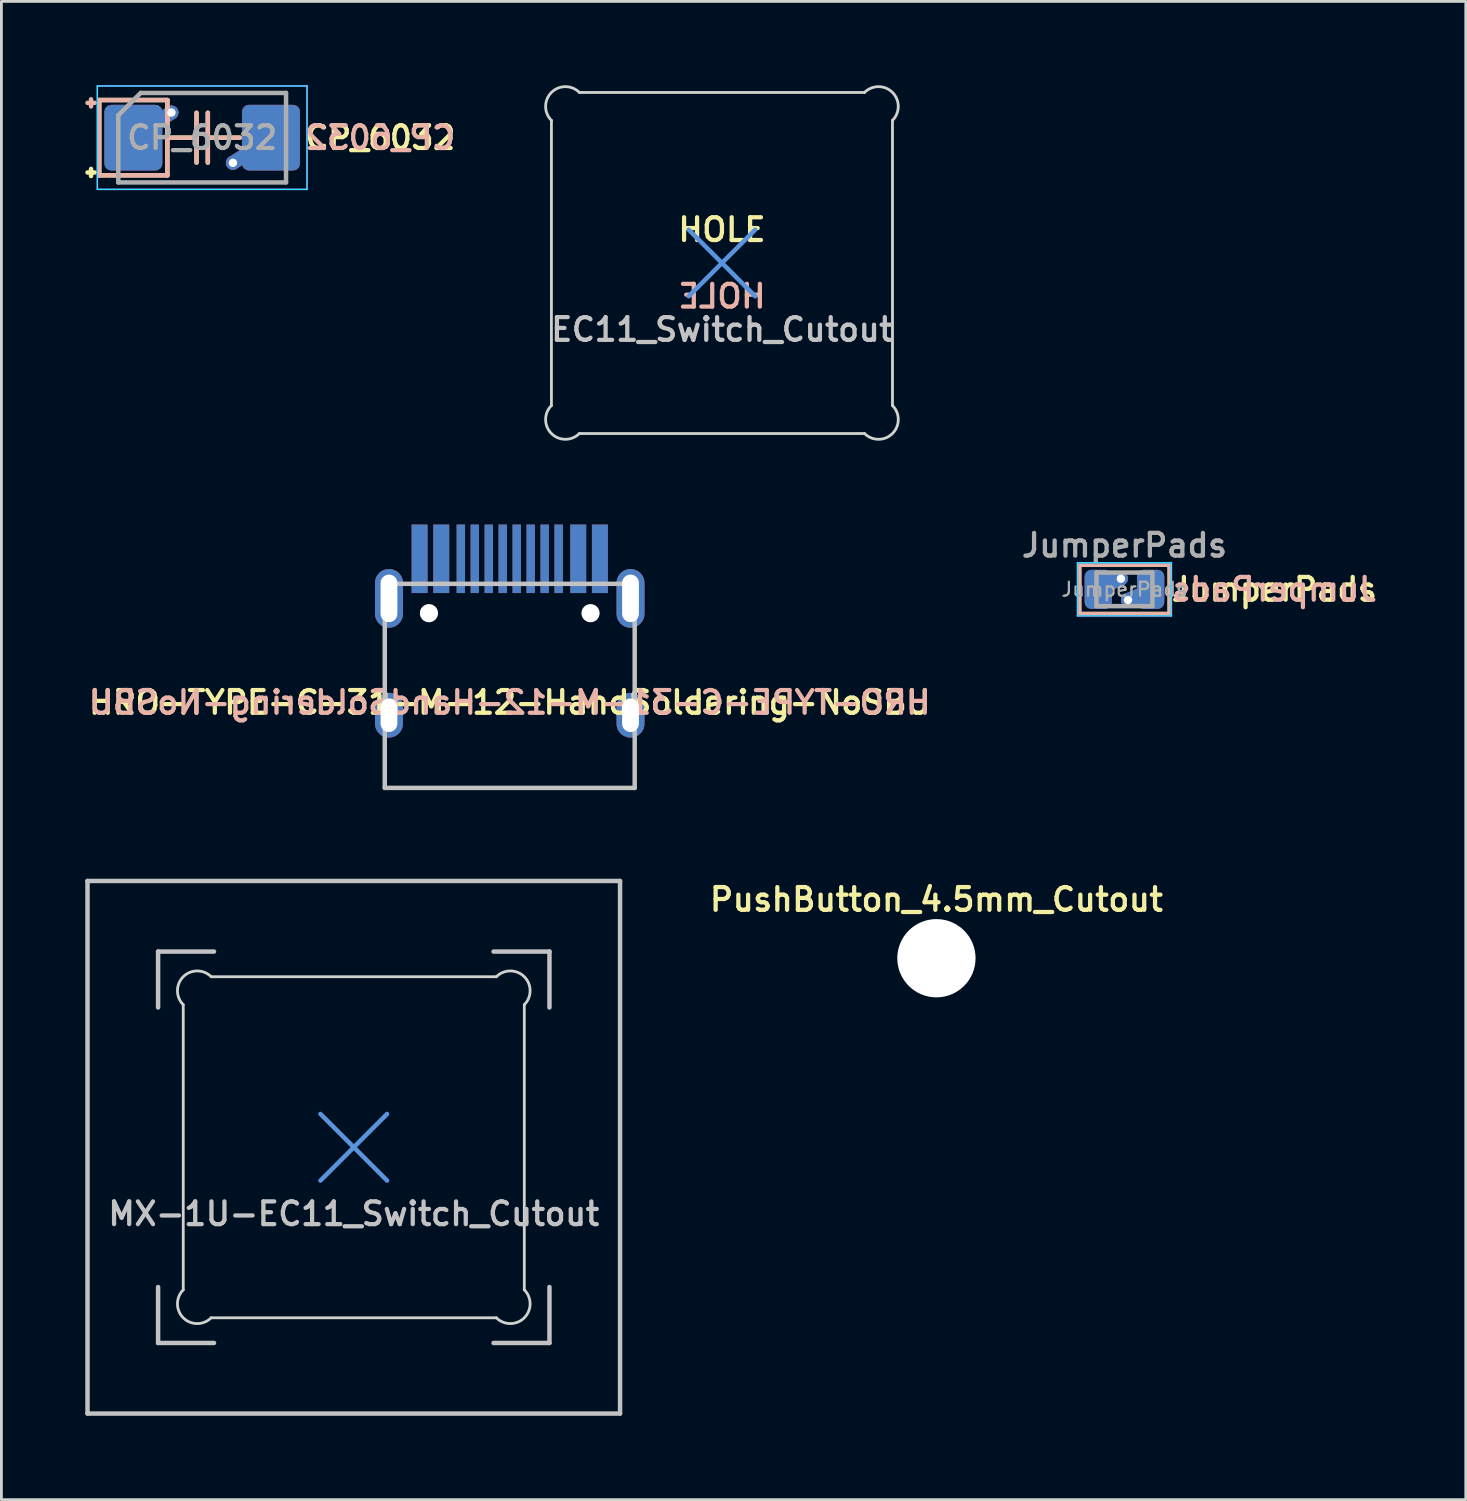
<source format=kicad_pcb>
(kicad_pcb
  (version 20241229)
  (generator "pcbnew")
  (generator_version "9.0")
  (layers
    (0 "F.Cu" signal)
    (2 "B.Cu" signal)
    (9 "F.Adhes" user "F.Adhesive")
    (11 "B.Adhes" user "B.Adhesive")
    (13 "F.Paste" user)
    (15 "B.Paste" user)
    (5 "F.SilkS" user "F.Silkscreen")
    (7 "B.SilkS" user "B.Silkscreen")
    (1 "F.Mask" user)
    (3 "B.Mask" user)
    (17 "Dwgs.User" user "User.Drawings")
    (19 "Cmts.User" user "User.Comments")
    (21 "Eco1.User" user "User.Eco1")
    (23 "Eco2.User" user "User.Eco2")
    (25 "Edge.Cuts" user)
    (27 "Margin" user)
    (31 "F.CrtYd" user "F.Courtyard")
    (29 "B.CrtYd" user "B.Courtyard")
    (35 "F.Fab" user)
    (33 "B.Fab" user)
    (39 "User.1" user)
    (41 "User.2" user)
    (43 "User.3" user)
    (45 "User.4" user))
  (footprint "HRO-TYPE-C-31-M-12-HandSoldering-NoSBU"
    (layer "F.Cu")
    (at 15.184 25.134)
    (property "Reference" "HRO-TYPE-C-31-M-12-HandSoldering-NoSBU" (at 0 -3.056 0) (layer "F.SilkS") (effects (font (size 0.813 0.813) (thickness 0.152))))
    (attr smd)
    (fp_line (start -4.47 -7.3) (end 4.47 -7.3) (stroke (width 0.16) (type solid)) (layer "Dwgs.User"))
    (fp_line (start -4.47 0) (end -4.47 -7.3) (stroke (width 0.16) (type solid)) (layer "Dwgs.User"))
    (fp_line (start -4.47 0) (end 4.47 0) (stroke (width 0.16) (type solid)) (layer "Dwgs.User"))
    (fp_line (start 4.47 0) (end 4.47 -7.3) (stroke (width 0.16) (type solid)) (layer "Dwgs.User"))
    (fp_text user "${REFERENCE}" (at 0 -3.056 0) (layer "B.SilkS") (effects (font (size 0.813 0.813) (thickness 0.152)) (justify mirror)))
    (pad "" np_thru_hole circle (at -2.89 -6.25) (size 0.65 0.65) (drill 0.65) (layers "*.Cu" "*.Mask"))
    (pad "" np_thru_hole circle (at 2.89 -6.25) (size 0.65 0.65) (drill 0.65) (layers "*.Cu" "*.Mask"))
    (pad "A1" smd rect (at -3.225 -8.195) (size 0.57 2.45) (layers "F.Cu" "F.Mask" "F.Paste"))
    (pad "A1" smd rect (at 3.225 -8.195) (size 0.57 2.45) (layers "B.Cu" "B.Mask" "B.Paste"))
    (pad "A4" smd rect (at -2.45 -8.195) (size 0.57 2.45) (layers "F.Cu" "F.Mask" "F.Paste"))
    (pad "A4" smd rect (at 2.45 -8.195) (size 0.57 2.45) (layers "B.Cu" "B.Mask" "B.Paste"))
    (pad "A5" smd rect (at -1.25 -8.195) (size 0.3 2.45) (layers "F.Cu" "F.Mask" "F.Paste"))
    (pad "A5" smd rect (at 1.25 -8.195) (size 0.3 2.45) (layers "B.Cu" "B.Mask" "B.Paste"))
    (pad "A6" smd rect (at -0.25 -8.195) (size 0.3 2.45) (layers "F.Cu" "F.Mask" "F.Paste"))
    (pad "A6" smd rect (at 0.25 -8.195) (size 0.3 2.45) (layers "B.Cu" "B.Mask" "B.Paste"))
    (pad "A7" smd rect (at -0.25 -8.195) (size 0.3 2.45) (layers "B.Cu" "B.Mask" "B.Paste"))
    (pad "A7" smd rect (at 0.25 -8.195) (size 0.3 2.45) (layers "F.Cu" "F.Mask" "F.Paste"))
    (pad "B1" smd rect (at -3.225 -8.195) (size 0.57 2.45) (layers "B.Cu" "B.Mask" "B.Paste"))
    (pad "B1" smd rect (at 3.225 -8.195) (size 0.57 2.45) (layers "F.Cu" "F.Mask" "F.Paste"))
    (pad "B4" smd rect (at -2.45 -8.195) (size 0.57 2.45) (layers "B.Cu" "B.Mask" "B.Paste"))
    (pad "B4" smd rect (at 2.45 -8.195) (size 0.57 2.45) (layers "F.Cu" "F.Mask" "F.Paste"))
    (pad "B5" smd rect (at -1.75 -8.195) (size 0.3 2.45) (layers "B.Cu" "B.Mask" "B.Paste"))
    (pad "B5" smd rect (at 1.75 -8.195) (size 0.3 2.45) (layers "F.Cu" "F.Mask" "F.Paste"))
    (pad "B6" smd rect (at -0.75 -8.195) (size 0.3 2.45) (layers "B.Cu" "B.Mask" "B.Paste"))
    (pad "B6" smd rect (at 0.75 -8.195) (size 0.3 2.45) (layers "F.Cu" "F.Mask" "F.Paste"))
    (pad "B7" smd rect (at -0.75 -8.195) (size 0.3 2.45) (layers "F.Cu" "F.Mask" "F.Paste"))
    (pad "B7" smd rect (at 0.75 -8.195) (size 0.3 2.45) (layers "B.Cu" "B.Mask" "B.Paste"))
    (pad "S1" thru_hole oval (at -4.32 -6.78) (size 1 2.1) (drill oval 0.6 1.7) (layers "*.Cu" "*.Mask"))
    (pad "S1" thru_hole oval (at -4.32 -2.6) (size 1 1.6) (drill oval 0.6 1.2) (layers "*.Cu" "*.Mask"))
    (pad "S1" thru_hole oval (at 4.32 -6.78) (size 1 2.1) (drill oval 0.6 1.7) (layers "*.Cu" "*.Mask"))
    (pad "S1" thru_hole oval (at 4.32 -2.6) (size 1 1.6) (drill oval 0.6 1.2) (layers "*.Cu" "*.Mask"))
    (pad "~" smd rect (at -1.75 -8.195) (size 0.3 2.45) (layers "F.Cu" "F.Mask" "F.Paste"))
    (pad "~" smd rect (at -1.25 -8.195) (size 0.3 2.45) (layers "B.Cu" "B.Mask" "B.Paste"))
    (pad "~" smd rect (at 1.25 -8.195) (size 0.3 2.45) (layers "F.Cu" "F.Mask" "F.Paste"))
    (pad "~" smd rect (at 1.75 -8.195) (size 0.3 2.45) (layers "B.Cu" "B.Mask" "B.Paste")))
  (footprint "JumperPads"
    (layer "F.Cu")
    (at 37.173 18.032)
    (property "Reference" "JumperPads" (at 0 -1.575 0) (layer "F.Fab") (effects (font (size 0.813 0.813) (thickness 0.152))))
    (property "Value" "JumperPads" (at 0 1.65 0) (layer "F.Fab") (hide yes) (effects (font (size 0.813 0.813) (thickness 0.152))))
    (attr smd)
    (fp_line (start -1.6 -0.864) (end 1.6 -0.864) (stroke (width 0.12) (type solid)) (layer "F.SilkS"))
    (fp_line (start -1.6 0.864) (end -1.6 -0.864) (stroke (width 0.12) (type solid)) (layer "F.SilkS"))
    (fp_line (start 1.6 -0.864) (end 1.6 0.864) (stroke (width 0.12) (type solid)) (layer "F.SilkS"))
    (fp_line (start 1.6 0.864) (end -1.6 0.864) (stroke (width 0.12) (type solid)) (layer "F.SilkS"))
    (fp_line (start -1.6 -0.864) (end 1.6 -0.864) (stroke (width 0.12) (type solid)) (layer "B.SilkS"))
    (fp_line (start -1.6 0.864) (end -1.6 -0.864) (stroke (width 0.12) (type solid)) (layer "B.SilkS"))
    (fp_line (start 1.6 -0.864) (end 1.6 0.864) (stroke (width 0.12) (type solid)) (layer "B.SilkS"))
    (fp_line (start 1.6 0.864) (end -1.6 0.864) (stroke (width 0.12) (type solid)) (layer "B.SilkS"))
    (fp_line (start -1.68 -0.95) (end 1.68 -0.95) (stroke (width 0.05) (type solid)) (layer "B.CrtYd"))
    (fp_line (start -1.68 0.95) (end -1.68 -0.95) (stroke (width 0.05) (type solid)) (layer "B.CrtYd"))
    (fp_line (start 1.68 -0.95) (end 1.68 0.95) (stroke (width 0.05) (type solid)) (layer "B.CrtYd"))
    (fp_line (start 1.68 0.95) (end -1.68 0.95) (stroke (width 0.05) (type solid)) (layer "B.CrtYd"))
    (fp_line (start -1.68 -0.95) (end 1.68 -0.95) (stroke (width 0.05) (type solid)) (layer "F.CrtYd"))
    (fp_line (start -1.68 0.95) (end -1.68 -0.95) (stroke (width 0.05) (type solid)) (layer "F.CrtYd"))
    (fp_line (start 1.68 -0.95) (end 1.68 0.95) (stroke (width 0.05) (type solid)) (layer "F.CrtYd"))
    (fp_line (start 1.68 0.95) (end -1.68 0.95) (stroke (width 0.05) (type solid)) (layer "F.CrtYd"))
    (fp_line (start -1 -0.6) (end 1 -0.6) (stroke (width 0.16) (type solid)) (layer "F.Fab"))
    (fp_line (start -1 0.6) (end -1 -0.6) (stroke (width 0.16) (type solid)) (layer "F.Fab"))
    (fp_line (start 1 -0.6) (end 1 0.6) (stroke (width 0.16) (type solid)) (layer "F.Fab"))
    (fp_line (start 1 0.6) (end -1 0.6) (stroke (width 0.16) (type solid)) (layer "F.Fab"))
    (fp_text user "${VALUE}" (at 1.6 0 0) (layer "F.SilkS") (effects (font (size 0.813 0.813) (thickness 0.152)) (justify left)))
    (fp_text user "${VALUE}" (at 1.6 0 0) (layer "B.SilkS") (effects (font (size 0.813 0.813) (thickness 0.152)) (justify right mirror)))
    (fp_text user "${REFERENCE}" (at 0 0 0) (layer "F.Fab") (effects (font (size 0.5 0.5) (thickness 0.08))))
    (pad "1" smd custom (at -0.938 0) (size 0.01 0.01) (layers "F.Cu") (options (anchor circle)) (primitives (gr_line (start 0.81 -0.381) (end -0.079 0) (width 0.5))))
    (pad "1" smd custom (at -0.938 0) (size 0.01 0.01) (layers "B.Cu") (options (anchor circle)) (primitives (gr_line (start 0.81 -0.381) (end -0.079 0) (width 0.5))))
    (pad "1" smd roundrect (at -0.938 0) (size 0.975 1.4) (layers "F.Cu" "F.Mask") (roundrect_rratio 0.25))
    (pad "1" smd roundrect (at -0.938 0) (size 0.975 1.4) (layers "B.Cu" "B.Mask") (roundrect_rratio 0.25))
    (pad "1" thru_hole circle (at -0.127 -0.381) (size 0.5 0.5) (drill 0.3) (layers "*.Cu"))
    (pad "2" thru_hole circle (at 0.127 0.381) (size 0.5 0.5) (drill 0.3) (layers "*.Cu"))
    (pad "2" smd custom (at 0.938 0) (size 0.01 0.01) (layers "F.Cu") (options (anchor circle)) (primitives (gr_line (start -0.81 0.381) (end 0.079 0) (width 0.5))))
    (pad "2" smd custom (at 0.938 0) (size 0.01 0.01) (layers "B.Cu") (options (anchor circle)) (primitives (gr_line (start -0.81 0.381) (end 0.079 0) (width 0.5))))
    (pad "2" smd roundrect (at 0.938 0) (size 0.975 1.4) (layers "F.Cu" "F.Mask") (roundrect_rratio 0.25))
    (pad "2" smd roundrect (at 0.938 0) (size 0.975 1.4) (layers "B.Cu" "B.Mask") (roundrect_rratio 0.25)))
  (footprint "CP_6032"
    (layer "F.Cu")
    (at 4.182 1.875)
    (property "Reference" "CP_6032" (at 3.6 0 0) (layer "F.SilkS") (effects (font (size 0.813 0.813) (thickness 0.152)) (justify left)))
    (attr smd)
    (fp_line (start -3.975 1.118) (end -3.975 1.372) (stroke (width 0.16) (type solid)) (layer "F.SilkS"))
    (fp_line (start -3.848 1.245) (end -4.102 1.245) (stroke (width 0.16) (type solid)) (layer "F.SilkS"))
    (fp_line (start -3.683 -1.346) (end -3.683 1.346) (stroke (width 0.16) (type solid)) (layer "F.SilkS"))
    (fp_line (start -3.683 1.346) (end -1.245 1.346) (stroke (width 0.16) (type solid)) (layer "F.SilkS"))
    (fp_line (start -1.245 -1.346) (end -3.683 -1.346) (stroke (width 0.16) (type solid)) (layer "F.SilkS"))
    (fp_line (start -1.245 1.346) (end -1.245 -1.346) (stroke (width 0.16) (type solid)) (layer "F.SilkS"))
    (fp_line (start -0.203 0) (end -1.245 0) (stroke (width 0.16) (type solid)) (layer "F.SilkS"))
    (fp_line (start -0.202 -0.889) (end -0.202 0.889) (stroke (width 0.16) (type solid)) (layer "F.SilkS"))
    (fp_line (start 0.202 -0.889) (end 0.202 0.889) (stroke (width 0.16) (type solid)) (layer "F.SilkS"))
    (fp_line (start 1.346 0) (end 0.203 0) (stroke (width 0.16) (type solid)) (layer "F.SilkS"))
    (fp_line (start -3.975 -1.118) (end -3.975 -1.372) (stroke (width 0.16) (type solid)) (layer "B.SilkS"))
    (fp_line (start -3.848 -1.245) (end -4.102 -1.245) (stroke (width 0.16) (type solid)) (layer "B.SilkS"))
    (fp_line (start -3.683 -1.346) (end -1.245 -1.346) (stroke (width 0.16) (type solid)) (layer "B.SilkS"))
    (fp_line (start -3.683 1.346) (end -3.683 -1.346) (stroke (width 0.16) (type solid)) (layer "B.SilkS"))
    (fp_line (start -1.245 -1.346) (end -1.245 1.346) (stroke (width 0.16) (type solid)) (layer "B.SilkS"))
    (fp_line (start -1.245 1.346) (end -3.683 1.346) (stroke (width 0.16) (type solid)) (layer "B.SilkS"))
    (fp_line (start -0.203 0) (end -1.245 0) (stroke (width 0.16) (type solid)) (layer "B.SilkS"))
    (fp_line (start -0.202 0.889) (end -0.202 -0.889) (stroke (width 0.16) (type solid)) (layer "B.SilkS"))
    (fp_line (start 0.202 0.889) (end 0.202 -0.889) (stroke (width 0.16) (type solid)) (layer "B.SilkS"))
    (fp_line (start 1.346 0) (end 0.203 0) (stroke (width 0.16) (type solid)) (layer "B.SilkS"))
    (fp_line (start -3.75 -1.85) (end 3.75 -1.85) (stroke (width 0.05) (type solid)) (layer "B.CrtYd"))
    (fp_line (start -3.75 1.85) (end -3.75 -1.85) (stroke (width 0.05) (type solid)) (layer "B.CrtYd"))
    (fp_line (start 3.75 -1.85) (end 3.75 1.85) (stroke (width 0.05) (type solid)) (layer "B.CrtYd"))
    (fp_line (start 3.75 1.85) (end -3.75 1.85) (stroke (width 0.05) (type solid)) (layer "B.CrtYd"))
    (fp_line (start -3.75 -1.85) (end 3.75 -1.85) (stroke (width 0.05) (type solid)) (layer "F.CrtYd"))
    (fp_line (start -3.75 1.85) (end -3.75 -1.85) (stroke (width 0.05) (type solid)) (layer "F.CrtYd"))
    (fp_line (start 3.75 -1.85) (end 3.75 1.85) (stroke (width 0.05) (type solid)) (layer "F.CrtYd"))
    (fp_line (start 3.75 1.85) (end -3.75 1.85) (stroke (width 0.05) (type solid)) (layer "F.CrtYd"))
    (fp_line (start -3 -0.8) (end -3 1.6) (stroke (width 0.16) (type solid)) (layer "F.Fab"))
    (fp_line (start -3 1.6) (end 3 1.6) (stroke (width 0.16) (type solid)) (layer "F.Fab"))
    (fp_line (start -2.2 -1.6) (end -3 -0.8) (stroke (width 0.16) (type solid)) (layer "F.Fab"))
    (fp_line (start 3 -1.6) (end -2.2 -1.6) (stroke (width 0.16) (type solid)) (layer "F.Fab"))
    (fp_line (start 3 1.6) (end 3 -1.6) (stroke (width 0.16) (type solid)) (layer "F.Fab"))
    (fp_text user "${REFERENCE}" (at 3.6 0 0) (layer "B.SilkS") (effects (font (size 0.813 0.813) (thickness 0.152)) (justify right mirror)))
    (fp_text user "${REFERENCE}" (at 0 0 0) (layer "F.Fab") (effects (font (size 0.813 0.813) (thickness 0.152))))
    (pad "1" smd custom (at -2.462 0) (size 0.01 0.01) (layers "F.Cu") (options (anchor circle)) (primitives (gr_line (start 1.363 -0.9) (end -0.037 0) (width 0.5))))
    (pad "1" smd custom (at -2.462 0) (size 0.01 0.01) (layers "B.Cu") (options (anchor circle)) (primitives (gr_line (start 1.363 -0.9) (end -0.037 0) (width 0.5))))
    (pad "1" smd roundrect (at -2.462 0) (size 2.075 2.35) (layers "F.Cu" "F.Mask" "F.Paste") (roundrect_rratio 0.12))
    (pad "1" smd roundrect (at -2.462 0) (size 2.075 2.35) (layers "B.Cu" "B.Mask" "B.Paste") (roundrect_rratio 0.12))
    (pad "1" thru_hole circle (at -1.1 -0.9) (size 0.5 0.5) (drill 0.3) (layers "*.Cu"))
    (pad "2" thru_hole circle (at 1.1 0.9) (size 0.5 0.5) (drill 0.3) (layers "*.Cu"))
    (pad "2" smd custom (at 2.462 0) (size 0.01 0.01) (layers "F.Cu") (options (anchor circle)) (primitives (gr_line (start 0.037 0) (end -1.363 0.9) (width 0.5))))
    (pad "2" smd custom (at 2.462 0) (size 0.01 0.01) (layers "B.Cu") (options (anchor circle)) (primitives (gr_line (start 0.037 0) (end -1.363 0.9) (width 0.5))))
    (pad "2" smd roundrect (at 2.462 0) (size 2.075 2.35) (layers "F.Cu" "F.Mask" "F.Paste") (roundrect_rratio 0.12))
    (pad "2" smd roundrect (at 2.462 0) (size 2.075 2.35) (layers "B.Cu" "B.Mask" "B.Paste") (roundrect_rratio 0.12)))
  (footprint "EC11_Switch_Cutout"
    (layer "F.Cu")
    (at 22.775 6.357)
    (property "Reference" "EC11_Switch_Cutout" (at 0 2.381 0) (layer "Dwgs.User") (effects (font (size 0.813 0.813) (thickness 0.152))))
    (attr through_hole)
    (fp_line (start -1.191 -1.191) (end 1.191 1.191) (stroke (width 0.16) (type solid)) (layer "Cmts.User"))
    (fp_line (start -1.191 1.191) (end 1.191 -1.191) (stroke (width 0.16) (type solid)) (layer "Cmts.User"))
    (fp_line (start -6.1 5.1) (end -6.1 -5.1) (stroke (width 0.1) (type solid)) (layer "Edge.Cuts"))
    (fp_line (start -5.1 -6.1) (end 5.1 -6.1) (stroke (width 0.1) (type solid)) (layer "Edge.Cuts"))
    (fp_line (start 5.1 6.1) (end -5.1 6.1) (stroke (width 0.1) (type solid)) (layer "Edge.Cuts"))
    (fp_line (start 6.1 -5.1) (end 6.1 5.1) (stroke (width 0.1) (type solid)) (layer "Edge.Cuts"))
    (fp_arc (start -6.1 -5.1) (mid -6.1 -6.1) (end -5.1 -6.1) (stroke (width 0.1) (type solid)) (layer "Edge.Cuts"))
    (fp_arc (start -5.1 6.1) (mid -6.1 6.1) (end -6.1 5.1) (stroke (width 0.1) (type solid)) (layer "Edge.Cuts"))
    (fp_arc (start 5.1 -6.1) (mid 6.1 -6.1) (end 6.1 -5.1) (stroke (width 0.1) (type solid)) (layer "Edge.Cuts"))
    (fp_arc (start 6.1 5.1) (mid 6.1 6.1) (end 5.1 6.1) (stroke (width 0.1) (type solid)) (layer "Edge.Cuts"))
    (fp_text user "HOLE" (at 0 -1.191 0) (layer "F.SilkS") (effects (font (size 0.813 0.813) (thickness 0.152))))
    (fp_text user "HOLE" (at 0 1.191 0) (layer "B.SilkS") (effects (font (size 0.813 0.813) (thickness 0.152)) (justify mirror))))
  (footprint "PushButton_4.5mm_Cutout"
    (layer "F.Cu")
    (at 30.447 31.227)
    (property "Reference" "PushButton_4.5mm_Cutout" (at 0 -2.1 0) (layer "F.SilkS") (effects (font (size 0.813 0.813) (thickness 0.152))))
    (attr through_hole)
    (pad "" np_thru_hole circle (at 0 0) (size 2.8 2.8) (drill 2.8) (layers "*.Cu" "*.Mask")))
  (footprint "MX-1U-EC11_Switch_Cutout"
    (layer "F.Cu")
    (at 9.605 37.989)
    (property "Reference" "MX-1U-EC11_Switch_Cutout" (at 0 2.381 0) (layer "Dwgs.User") (effects (font (size 0.813 0.813) (thickness 0.152))))
    (attr through_hole)
    (fp_line (start -9.525 -9.525) (end 9.525 -9.525) (stroke (width 0.16) (type solid)) (layer "Dwgs.User"))
    (fp_line (start -9.525 9.525) (end -9.525 -9.525) (stroke (width 0.16) (type solid)) (layer "Dwgs.User"))
    (fp_line (start -7 -7) (end -7 -5) (stroke (width 0.16) (type solid)) (layer "Dwgs.User"))
    (fp_line (start -7 5) (end -7 7) (stroke (width 0.16) (type solid)) (layer "Dwgs.User"))
    (fp_line (start -7 7) (end -5 7) (stroke (width 0.16) (type solid)) (layer "Dwgs.User"))
    (fp_line (start -5 -7) (end -7 -7) (stroke (width 0.16) (type solid)) (layer "Dwgs.User"))
    (fp_line (start 5 -7) (end 7 -7) (stroke (width 0.16) (type solid)) (layer "Dwgs.User"))
    (fp_line (start 5 7) (end 7 7) (stroke (width 0.16) (type solid)) (layer "Dwgs.User"))
    (fp_line (start 7 -7) (end 7 -5) (stroke (width 0.16) (type solid)) (layer "Dwgs.User"))
    (fp_line (start 7 7) (end 7 5) (stroke (width 0.16) (type solid)) (layer "Dwgs.User"))
    (fp_line (start 9.525 -9.525) (end 9.525 9.525) (stroke (width 0.16) (type solid)) (layer "Dwgs.User"))
    (fp_line (start 9.525 9.525) (end -9.525 9.525) (stroke (width 0.16) (type solid)) (layer "Dwgs.User"))
    (fp_line (start -1.191 -1.191) (end 1.191 1.191) (stroke (width 0.16) (type solid)) (layer "Cmts.User"))
    (fp_line (start -1.191 1.191) (end 1.191 -1.191) (stroke (width 0.16) (type solid)) (layer "Cmts.User"))
    (fp_line (start -6.1 5.1) (end -6.1 -5.1) (stroke (width 0.1) (type solid)) (layer "Edge.Cuts"))
    (fp_line (start -5.1 -6.1) (end 5.1 -6.1) (stroke (width 0.1) (type solid)) (layer "Edge.Cuts"))
    (fp_line (start 5.1 6.1) (end -5.1 6.1) (stroke (width 0.1) (type solid)) (layer "Edge.Cuts"))
    (fp_line (start 6.1 -5.1) (end 6.1 5.1) (stroke (width 0.1) (type solid)) (layer "Edge.Cuts"))
    (fp_arc (start -6.1 -5.1) (mid -6.1 -6.1) (end -5.1 -6.1) (stroke (width 0.1) (type solid)) (layer "Edge.Cuts"))
    (fp_arc (start -5.1 6.1) (mid -6.1 6.1) (end -6.1 5.1) (stroke (width 0.1) (type solid)) (layer "Edge.Cuts"))
    (fp_arc (start 5.1 -6.1) (mid 6.1 -6.1) (end 6.1 -5.1) (stroke (width 0.1) (type solid)) (layer "Edge.Cuts"))
    (fp_arc (start 6.1 5.1) (mid 6.1 6.1) (end 5.1 6.1) (stroke (width 0.1) (type solid)) (layer "Edge.Cuts")))
  (gr_rect
    (start -3 -3)
    (end 49.383 50.594)
    (stroke (width 0.1) (type default))
    (fill no)
    (layer "Edge.Cuts")))
</source>
